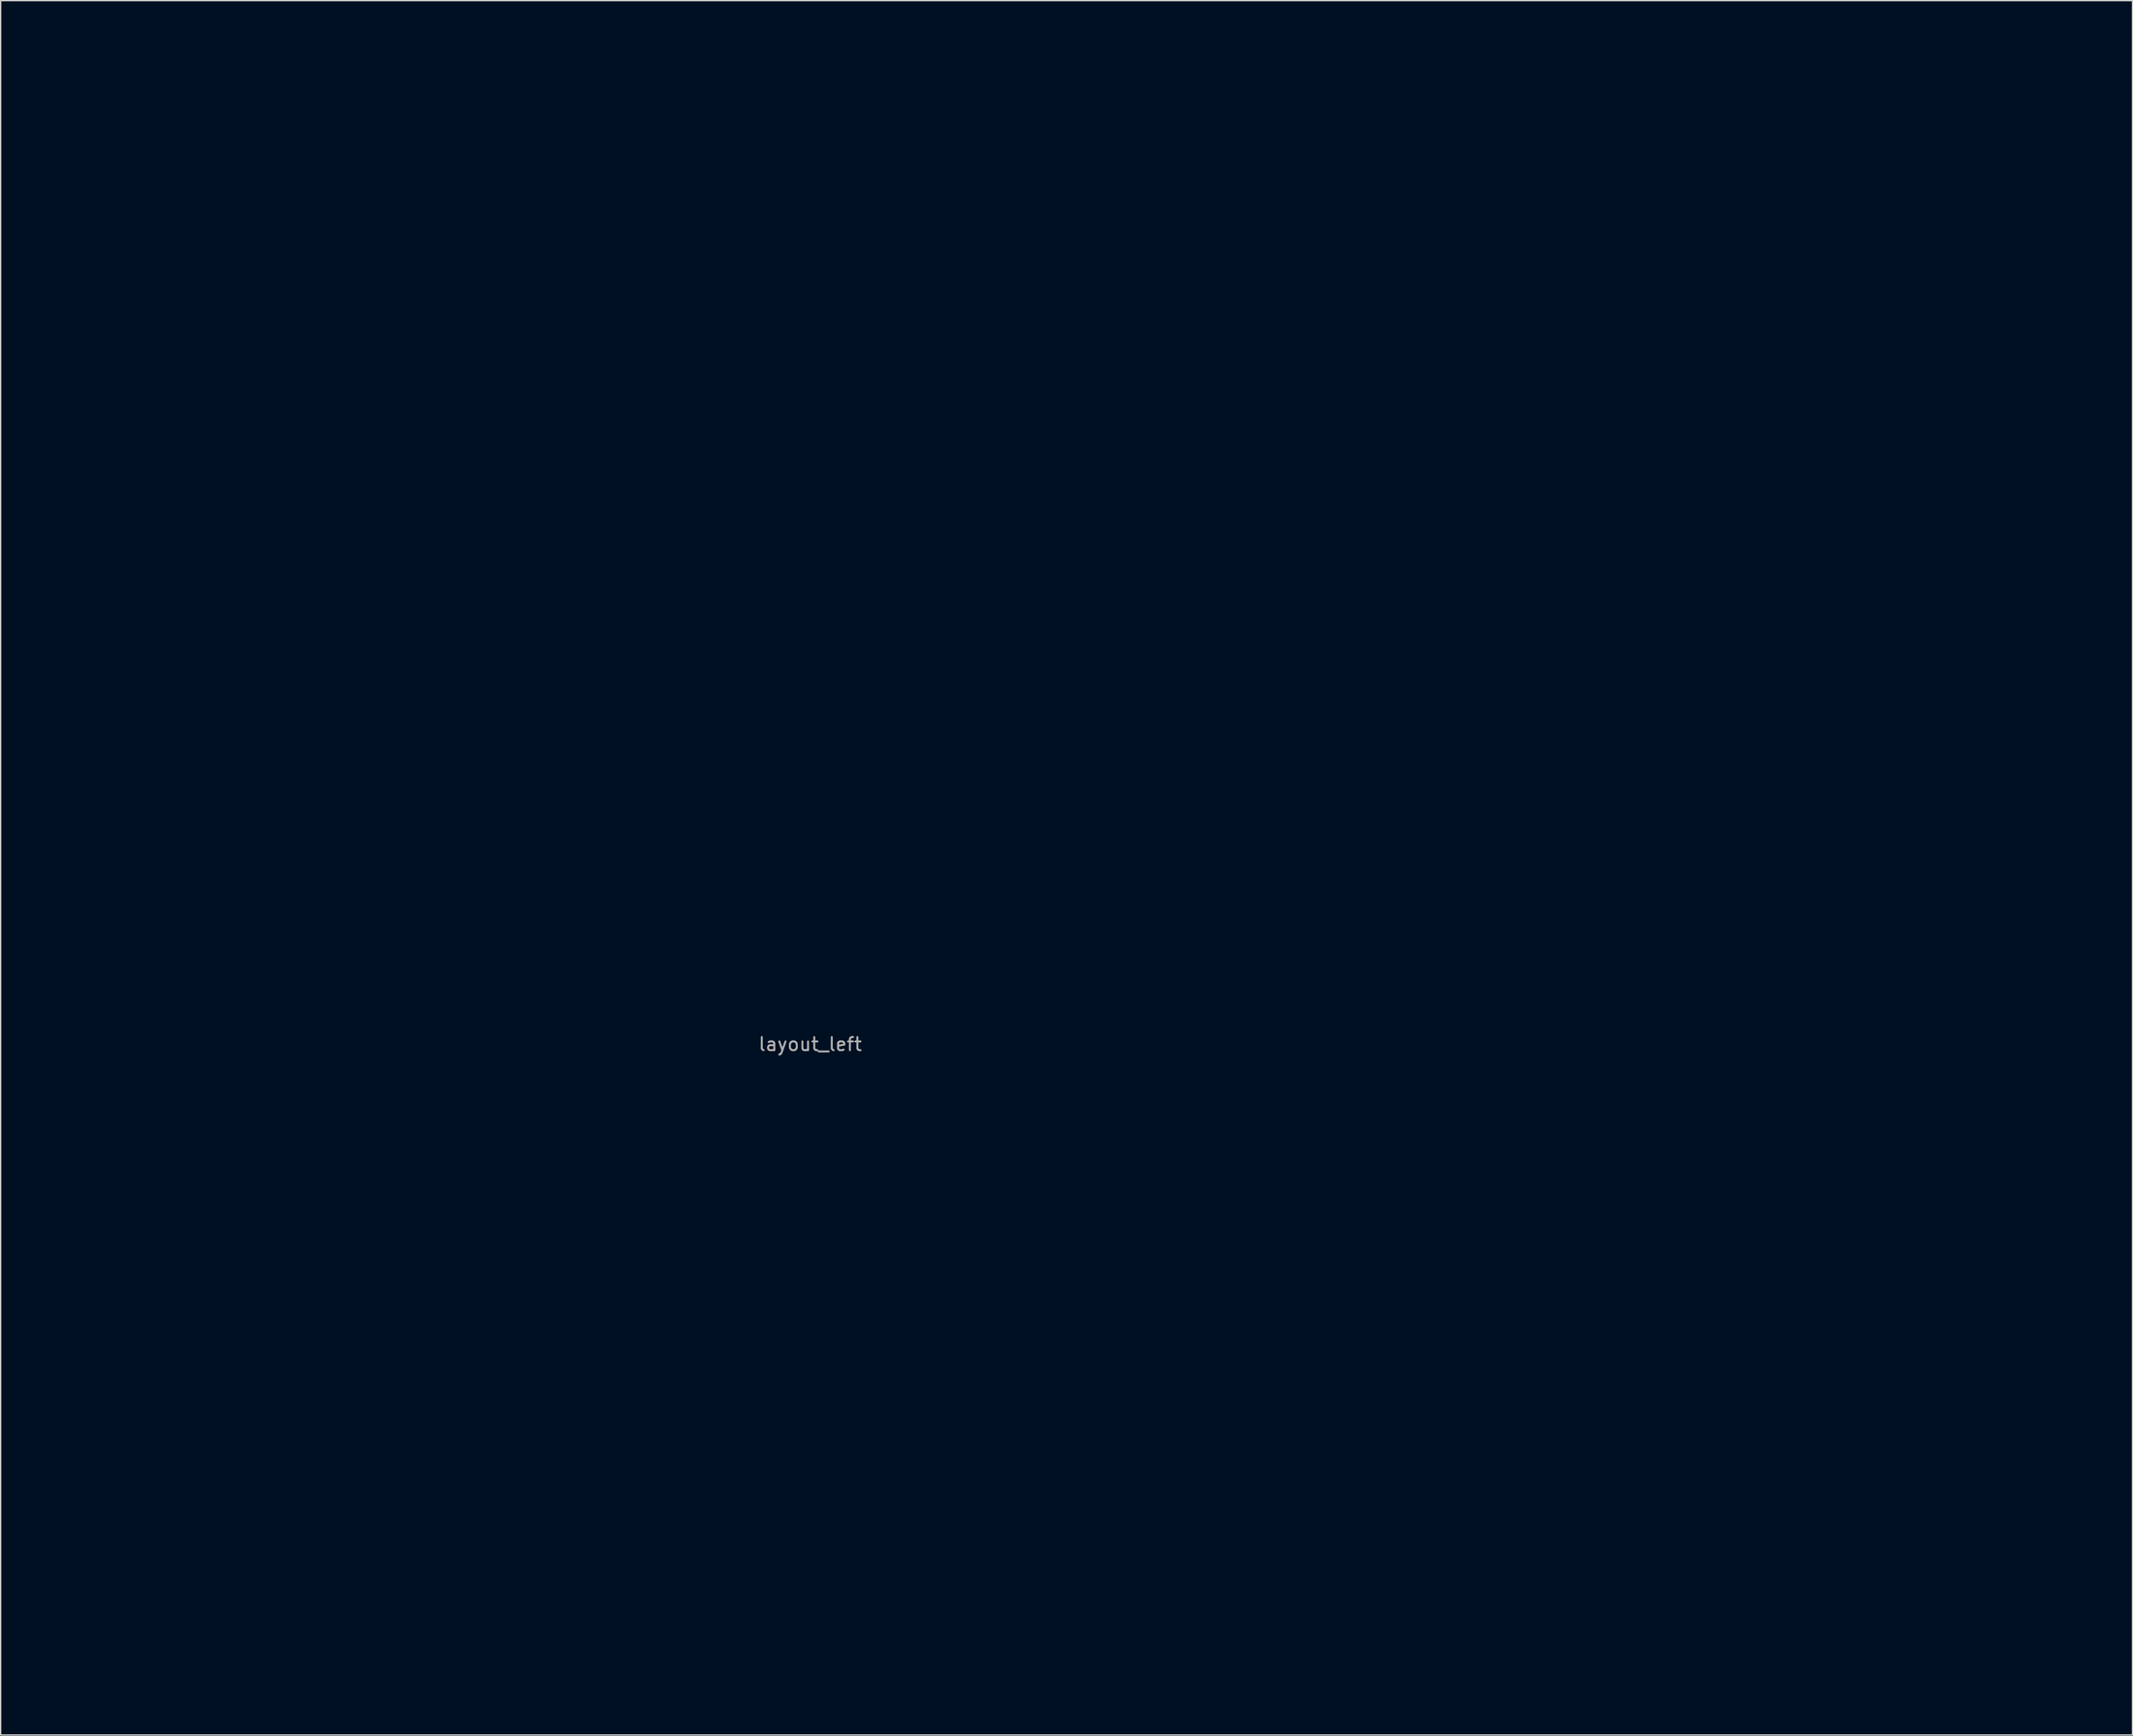
<source format=kicad_pcb>
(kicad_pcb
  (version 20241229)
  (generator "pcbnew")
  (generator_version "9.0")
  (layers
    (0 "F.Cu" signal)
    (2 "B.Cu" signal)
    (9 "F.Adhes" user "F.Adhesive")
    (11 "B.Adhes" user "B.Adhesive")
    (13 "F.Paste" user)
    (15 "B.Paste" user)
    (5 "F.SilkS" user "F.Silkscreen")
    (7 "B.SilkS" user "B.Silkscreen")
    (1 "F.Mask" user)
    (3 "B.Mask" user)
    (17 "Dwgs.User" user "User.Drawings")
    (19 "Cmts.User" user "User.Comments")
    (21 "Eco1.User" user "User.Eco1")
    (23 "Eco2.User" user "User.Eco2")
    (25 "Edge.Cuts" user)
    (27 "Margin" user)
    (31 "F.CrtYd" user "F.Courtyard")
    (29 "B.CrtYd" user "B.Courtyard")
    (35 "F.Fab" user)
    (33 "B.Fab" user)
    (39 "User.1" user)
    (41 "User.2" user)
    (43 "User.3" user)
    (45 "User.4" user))
  (footprint "layout_left"
    (layer "F.Cu")
    (at 58.698 77.153)
    (property "Reference" "layout_left" (at 0 -0.595 0) (layer "F.Fab") (effects (font (size 1 1) (thickness 0.15))))
    (attr exclude_from_pos_files exclude_from_bom)
    (fp_line (start -58.638 -38.1) (end -58.638 -19.05) (stroke (width 0.12) (type solid)) (layer "Eco1.User"))
    (fp_line (start -52.387 -19.05) (end -52.387 0) (stroke (width 0.12) (type solid)) (layer "Eco1.User"))
    (fp_line (start -52.387 0) (end -47.625 0) (stroke (width 0.12) (type solid)) (layer "Eco1.User"))
    (fp_line (start -50.602 -57.15) (end -50.602 -38.1) (stroke (width 0.12) (type solid)) (layer "Eco1.User"))
    (fp_line (start -50.602 -57.15) (end -41.077 -57.15) (stroke (width 0.12) (type solid)) (layer "Eco1.User"))
    (fp_line (start -47.625 0) (end -47.625 19.05) (stroke (width 0.12) (type solid)) (layer "Eco1.User"))
    (fp_line (start -47.03 -76.2) (end -47.03 -57.15) (stroke (width 0.12) (type solid)) (layer "Eco1.User"))
    (fp_line (start -47.03 -76.2) (end -27.98 -76.2) (stroke (width 0.12) (type solid)) (layer "Eco1.User"))
    (fp_line (start -44.351 -38.1) (end -25.301 -38.1) (stroke (width 0.12) (type solid)) (layer "Eco1.User"))
    (fp_line (start -44.351 -19.05) (end -58.638 -19.05) (stroke (width 0.12) (type solid)) (layer "Eco1.User"))
    (fp_line (start -41.077 -57.15) (end -22.027 -57.15) (stroke (width 0.12) (type solid)) (layer "Eco1.User"))
    (fp_line (start -41.077 -38.1) (end -58.638 -38.1) (stroke (width 0.12) (type solid)) (layer "Eco1.User"))
    (fp_line (start -27.98 -76.2) (end -27.98 -57.15) (stroke (width 0.12) (type solid)) (layer "Eco1.User"))
    (fp_line (start -27.98 -76.2) (end -8.93 -76.2) (stroke (width 0.12) (type solid)) (layer "Eco1.User"))
    (fp_line (start -27.98 -57.15) (end -47.03 -57.15) (stroke (width 0.12) (type solid)) (layer "Eco1.User"))
    (fp_line (start -25.301 -38.1) (end -25.301 -19.05) (stroke (width 0.12) (type solid)) (layer "Eco1.User"))
    (fp_line (start -25.301 -38.1) (end -6.251 -38.1) (stroke (width 0.12) (type solid)) (layer "Eco1.User"))
    (fp_line (start -25.301 -19.05) (end -44.351 -19.05) (stroke (width 0.12) (type solid)) (layer "Eco1.User"))
    (fp_line (start -23.812 0) (end -47.625 0) (stroke (width 0.12) (type solid)) (layer "Eco1.User"))
    (fp_line (start -23.812 0) (end -23.812 19.05) (stroke (width 0.12) (type solid)) (layer "Eco1.User"))
    (fp_line (start -23.812 0) (end -4.763 0) (stroke (width 0.12) (type solid)) (layer "Eco1.User"))
    (fp_line (start -23.812 19.05) (end -47.625 19.05) (stroke (width 0.12) (type solid)) (layer "Eco1.User"))
    (fp_line (start -22.027 -57.15) (end -22.027 -38.1) (stroke (width 0.12) (type solid)) (layer "Eco1.User"))
    (fp_line (start -22.027 -57.15) (end -2.977 -57.15) (stroke (width 0.12) (type solid)) (layer "Eco1.User"))
    (fp_line (start -22.027 -38.1) (end -41.077 -38.1) (stroke (width 0.12) (type solid)) (layer "Eco1.User"))
    (fp_line (start -19.05 -19.05) (end -19.05 0) (stroke (width 0.12) (type solid)) (layer "Eco1.User"))
    (fp_line (start -8.93 -77.093) (end -8.93 -58.043) (stroke (width 0.12) (type solid)) (layer "Eco1.User"))
    (fp_line (start -8.93 -77.093) (end 10.12 -77.093) (stroke (width 0.12) (type solid)) (layer "Eco1.User"))
    (fp_line (start -8.93 -76.2) (end -8.93 -57.15) (stroke (width 0.12) (type solid)) (layer "Eco1.User"))
    (fp_line (start -8.93 -57.15) (end -27.98 -57.15) (stroke (width 0.12) (type solid)) (layer "Eco1.User"))
    (fp_line (start -6.251 -38.1) (end -6.251 -19.05) (stroke (width 0.12) (type solid)) (layer "Eco1.User"))
    (fp_line (start -6.251 -19.05) (end -25.301 -19.05) (stroke (width 0.12) (type solid)) (layer "Eco1.User"))
    (fp_line (start -6.251 -19.05) (end 0 -19.05) (stroke (width 0.12) (type solid)) (layer "Eco1.User"))
    (fp_line (start -6.072 -20.415) (end 3.308 -18.761) (stroke (width 0.12) (type solid)) (layer "Eco1.User"))
    (fp_line (start -4.763 0) (end -4.763 19.05) (stroke (width 0.12) (type solid)) (layer "Eco1.User"))
    (fp_line (start -4.763 19.05) (end -23.812 19.05) (stroke (width 0.12) (type solid)) (layer "Eco1.User"))
    (fp_line (start -2.977 -57.15) (end -2.977 -38.1) (stroke (width 0.12) (type solid)) (layer "Eco1.User"))
    (fp_line (start -2.977 -38.1) (end -22.027 -38.1) (stroke (width 0.12) (type solid)) (layer "Eco1.User"))
    (fp_line (start -2.764 -39.175) (end -6.072 -20.415) (stroke (width 0.12) (type solid)) (layer "Eco1.User"))
    (fp_line (start -2.764 -39.175) (end 15.996 -35.867) (stroke (width 0.12) (type solid)) (layer "Eco1.User"))
    (fp_line (start 0 -19.05) (end 0 0) (stroke (width 0.12) (type solid)) (layer "Eco1.User"))
    (fp_line (start 0 0) (end -19.05 0) (stroke (width 0.12) (type solid)) (layer "Eco1.User"))
    (fp_line (start 0 0) (end -3.308 18.761) (stroke (width 0.12) (type solid)) (layer "Eco1.User"))
    (fp_line (start 0.544 -57.936) (end -2.764 -39.175) (stroke (width 0.12) (type solid)) (layer "Eco1.User"))
    (fp_line (start 0.544 -57.936) (end 19.304 -54.628) (stroke (width 0.12) (type solid)) (layer "Eco1.User"))
    (fp_line (start 3.308 -18.761) (end 0 0) (stroke (width 0.12) (type solid)) (layer "Eco1.User"))
    (fp_line (start 3.308 -18.761) (end 22.069 -15.453) (stroke (width 0.12) (type solid)) (layer "Eco1.User"))
    (fp_line (start 10.12 -77.093) (end 10.12 -58.043) (stroke (width 0.12) (type solid)) (layer "Eco1.User"))
    (fp_line (start 10.12 -58.043) (end -8.93 -58.043) (stroke (width 0.12) (type solid)) (layer "Eco1.User"))
    (fp_line (start 13.232 -75.042) (end 9.924 -56.282) (stroke (width 0.12) (type solid)) (layer "Eco1.User"))
    (fp_line (start 13.232 -75.042) (end 31.993 -71.734) (stroke (width 0.12) (type solid)) (layer "Eco1.User"))
    (fp_line (start 15.996 -35.867) (end 12.688 -17.107) (stroke (width 0.12) (type solid)) (layer "Eco1.User"))
    (fp_line (start 15.996 -35.867) (end 34.757 -32.559) (stroke (width 0.12) (type solid)) (layer "Eco1.User"))
    (fp_line (start 18.761 3.308) (end 0 0) (stroke (width 0.12) (type solid)) (layer "Eco1.User"))
    (fp_line (start 19.304 -54.628) (end 15.996 -35.867) (stroke (width 0.12) (type solid)) (layer "Eco1.User"))
    (fp_line (start 19.304 -54.628) (end 38.065 -51.32) (stroke (width 0.12) (type solid)) (layer "Eco1.User"))
    (fp_line (start 20.143 22.896) (end -3.308 18.761) (stroke (width 0.12) (type solid)) (layer "Eco1.User"))
    (fp_line (start 22.069 -15.453) (end 18.761 3.308) (stroke (width 0.12) (type solid)) (layer "Eco1.User"))
    (fp_line (start 22.069 -15.453) (end 40.829 -12.145) (stroke (width 0.12) (type solid)) (layer "Eco1.User"))
    (fp_line (start 23.451 4.135) (end 20.143 22.896) (stroke (width 0.12) (type solid)) (layer "Eco1.User"))
    (fp_line (start 31.993 -71.734) (end 28.685 -52.974) (stroke (width 0.12) (type solid)) (layer "Eco1.User"))
    (fp_line (start 31.993 -71.734) (end 50.753 -68.426) (stroke (width 0.12) (type solid)) (layer "Eco1.User"))
    (fp_line (start 34.757 -32.559) (end 31.449 -13.799) (stroke (width 0.12) (type solid)) (layer "Eco1.User"))
    (fp_line (start 34.757 -32.559) (end 53.517 -29.251) (stroke (width 0.12) (type solid)) (layer "Eco1.User"))
    (fp_line (start 37.521 6.616) (end 18.761 3.308) (stroke (width 0.12) (type solid)) (layer "Eco1.User"))
    (fp_line (start 38.065 -51.32) (end 34.757 -32.559) (stroke (width 0.12) (type solid)) (layer "Eco1.User"))
    (fp_line (start 38.065 -51.32) (end 56.825 -48.012) (stroke (width 0.12) (type solid)) (layer "Eco1.User"))
    (fp_line (start 40.829 -12.145) (end 37.521 6.616) (stroke (width 0.12) (type solid)) (layer "Eco1.User"))
    (fp_line (start 40.829 -12.145) (end 59.59 -8.837) (stroke (width 0.12) (type solid)) (layer "Eco1.User"))
    (fp_line (start 43.593 27.031) (end 20.143 22.896) (stroke (width 0.12) (type solid)) (layer "Eco1.User"))
    (fp_line (start 46.901 8.27) (end 43.593 27.031) (stroke (width 0.12) (type solid)) (layer "Eco1.User"))
    (fp_line (start 50.753 -68.426) (end 47.445 -49.666) (stroke (width 0.12) (type solid)) (layer "Eco1.User"))
    (fp_line (start 50.753 -68.426) (end 69.514 -65.118) (stroke (width 0.12) (type solid)) (layer "Eco1.User"))
    (fp_line (start 53.517 -29.251) (end 50.209 -10.491) (stroke (width 0.12) (type solid)) (layer "Eco1.User"))
    (fp_line (start 53.517 -29.251) (end 72.278 -25.943) (stroke (width 0.12) (type solid)) (layer "Eco1.User"))
    (fp_line (start 56.282 9.924) (end 37.521 6.616) (stroke (width 0.12) (type solid)) (layer "Eco1.User"))
    (fp_line (start 56.282 9.924) (end 44.037 24.517) (stroke (width 0.12) (type solid)) (layer "Eco1.User"))
    (fp_line (start 56.282 9.924) (end 70.875 22.169) (stroke (width 0.12) (type solid)) (layer "Eco1.User"))
    (fp_line (start 56.825 -48.012) (end 53.517 -29.251) (stroke (width 0.12) (type solid)) (layer "Eco1.User"))
    (fp_line (start 56.825 -48.012) (end 75.586 -44.704) (stroke (width 0.12) (type solid)) (layer "Eco1.User"))
    (fp_line (start 58.63 36.762) (end 44.037 24.517) (stroke (width 0.12) (type solid)) (layer "Eco1.User"))
    (fp_line (start 59.59 -8.837) (end 56.282 9.924) (stroke (width 0.12) (type solid)) (layer "Eco1.User"))
    (fp_line (start 59.59 -8.837) (end 78.35 -5.529) (stroke (width 0.12) (type solid)) (layer "Eco1.User"))
    (fp_line (start 69.514 -65.118) (end 66.206 -46.358) (stroke (width 0.12) (type solid)) (layer "Eco1.User"))
    (fp_line (start 69.514 -65.118) (end 88.274 -61.81) (stroke (width 0.12) (type solid)) (layer "Eco1.User"))
    (fp_line (start 70.875 22.169) (end 58.63 36.762) (stroke (width 0.12) (type solid)) (layer "Eco1.User"))
    (fp_line (start 72.278 -25.943) (end 68.97 -7.183) (stroke (width 0.12) (type solid)) (layer "Eco1.User"))
    (fp_line (start 73.223 49.007) (end 58.63 36.762) (stroke (width 0.12) (type solid)) (layer "Eco1.User"))
    (fp_line (start 75.042 13.232) (end 56.282 9.924) (stroke (width 0.12) (type solid)) (layer "Eco1.User"))
    (fp_line (start 75.586 -44.704) (end 72.278 -25.943) (stroke (width 0.12) (type solid)) (layer "Eco1.User"))
    (fp_line (start 78.35 -5.529) (end 75.042 13.232) (stroke (width 0.12) (type solid)) (layer "Eco1.User"))
    (fp_line (start 83.12 7.576) (end 70.875 22.169) (stroke (width 0.12) (type solid)) (layer "Eco1.User"))
    (fp_line (start 83.12 7.576) (end 97.713 19.821) (stroke (width 0.12) (type solid)) (layer "Eco1.User"))
    (fp_line (start 84.966 -43.05) (end 75.586 -44.704) (stroke (width 0.12) (type solid)) (layer "Eco1.User"))
    (fp_line (start 85.468 34.414) (end 70.875 22.169) (stroke (width 0.12) (type solid)) (layer "Eco1.User"))
    (fp_line (start 85.468 34.414) (end 73.223 49.007) (stroke (width 0.12) (type solid)) (layer "Eco1.User"))
    (fp_line (start 88.274 -61.81) (end 84.966 -43.05) (stroke (width 0.12) (type solid)) (layer "Eco1.User"))
    (fp_line (start 97.713 19.821) (end 85.468 34.414) (stroke (width 0.12) (type solid)) (layer "Eco1.User")))
  (gr_rect
    (start -3 -3)
    (end 159.471 129.22)
    (stroke (width 0.1) (type default))
    (fill no)
    (layer "Edge.Cuts")))
</source>
